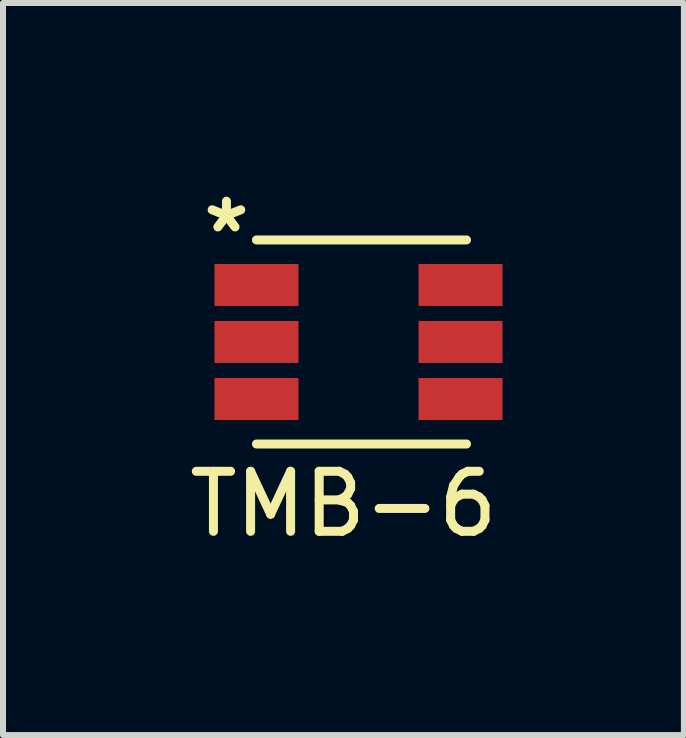
<source format=kicad_pcb>
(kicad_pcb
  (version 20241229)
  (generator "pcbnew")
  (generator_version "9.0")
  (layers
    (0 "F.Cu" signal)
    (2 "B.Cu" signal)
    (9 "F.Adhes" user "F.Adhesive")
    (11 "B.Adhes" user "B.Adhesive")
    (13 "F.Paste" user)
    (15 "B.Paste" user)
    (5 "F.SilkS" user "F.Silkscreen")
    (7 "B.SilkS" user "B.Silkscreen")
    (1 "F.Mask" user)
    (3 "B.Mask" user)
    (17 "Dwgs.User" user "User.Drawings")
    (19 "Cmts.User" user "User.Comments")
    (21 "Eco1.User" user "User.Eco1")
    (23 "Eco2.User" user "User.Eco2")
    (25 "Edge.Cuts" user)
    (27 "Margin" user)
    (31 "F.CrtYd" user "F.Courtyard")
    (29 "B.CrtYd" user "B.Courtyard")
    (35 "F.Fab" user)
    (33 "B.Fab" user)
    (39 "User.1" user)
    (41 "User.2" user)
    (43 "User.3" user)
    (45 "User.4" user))
  (footprint "TMB-6"
    (layer "F.Cu")
    (at 2.923 2.648)
    (property "Reference" "TMB-6" (at -0.25 2.7 0) (layer "F.SilkS") (effects (font (size 1 1) (thickness 0.15))))
    (attr through_hole)
    (fp_line (start -1.7 -1.7) (end 1.8 -1.7) (stroke (width 0.15) (type solid)) (layer "F.SilkS"))
    (fp_line (start -1.7 1.7) (end 1.8 1.7) (stroke (width 0.15) (type solid)) (layer "F.SilkS"))
    (fp_text user "*" (at -2.2 -1.8 0) (layer "F.SilkS") (effects (font (size 1 1) (thickness 0.15))))
    (pad "1" smd rect (at -1.7 -0.95) (size 1.4 0.7) (layers "F.Cu" "F.Mask" "F.Paste"))
    (pad "2" smd rect (at -1.7 0) (size 1.4 0.7) (layers "F.Cu" "F.Mask" "F.Paste"))
    (pad "3" smd rect (at -1.7 0.95) (size 1.4 0.7) (layers "F.Cu" "F.Mask" "F.Paste"))
    (pad "4" smd rect (at 1.7 0.95) (size 1.4 0.7) (layers "F.Cu" "F.Mask" "F.Paste"))
    (pad "5" smd rect (at 1.7 0) (size 1.4 0.7) (layers "F.Cu" "F.Mask" "F.Paste"))
    (pad "6" smd rect (at 1.7 -0.95) (size 1.4 0.7) (layers "F.Cu" "F.Mask" "F.Paste")))
  (gr_rect
    (start -3 -3)
    (end 8.345 9.197)
    (stroke (width 0.1) (type default))
    (fill no)
    (layer "Edge.Cuts")))
</source>
